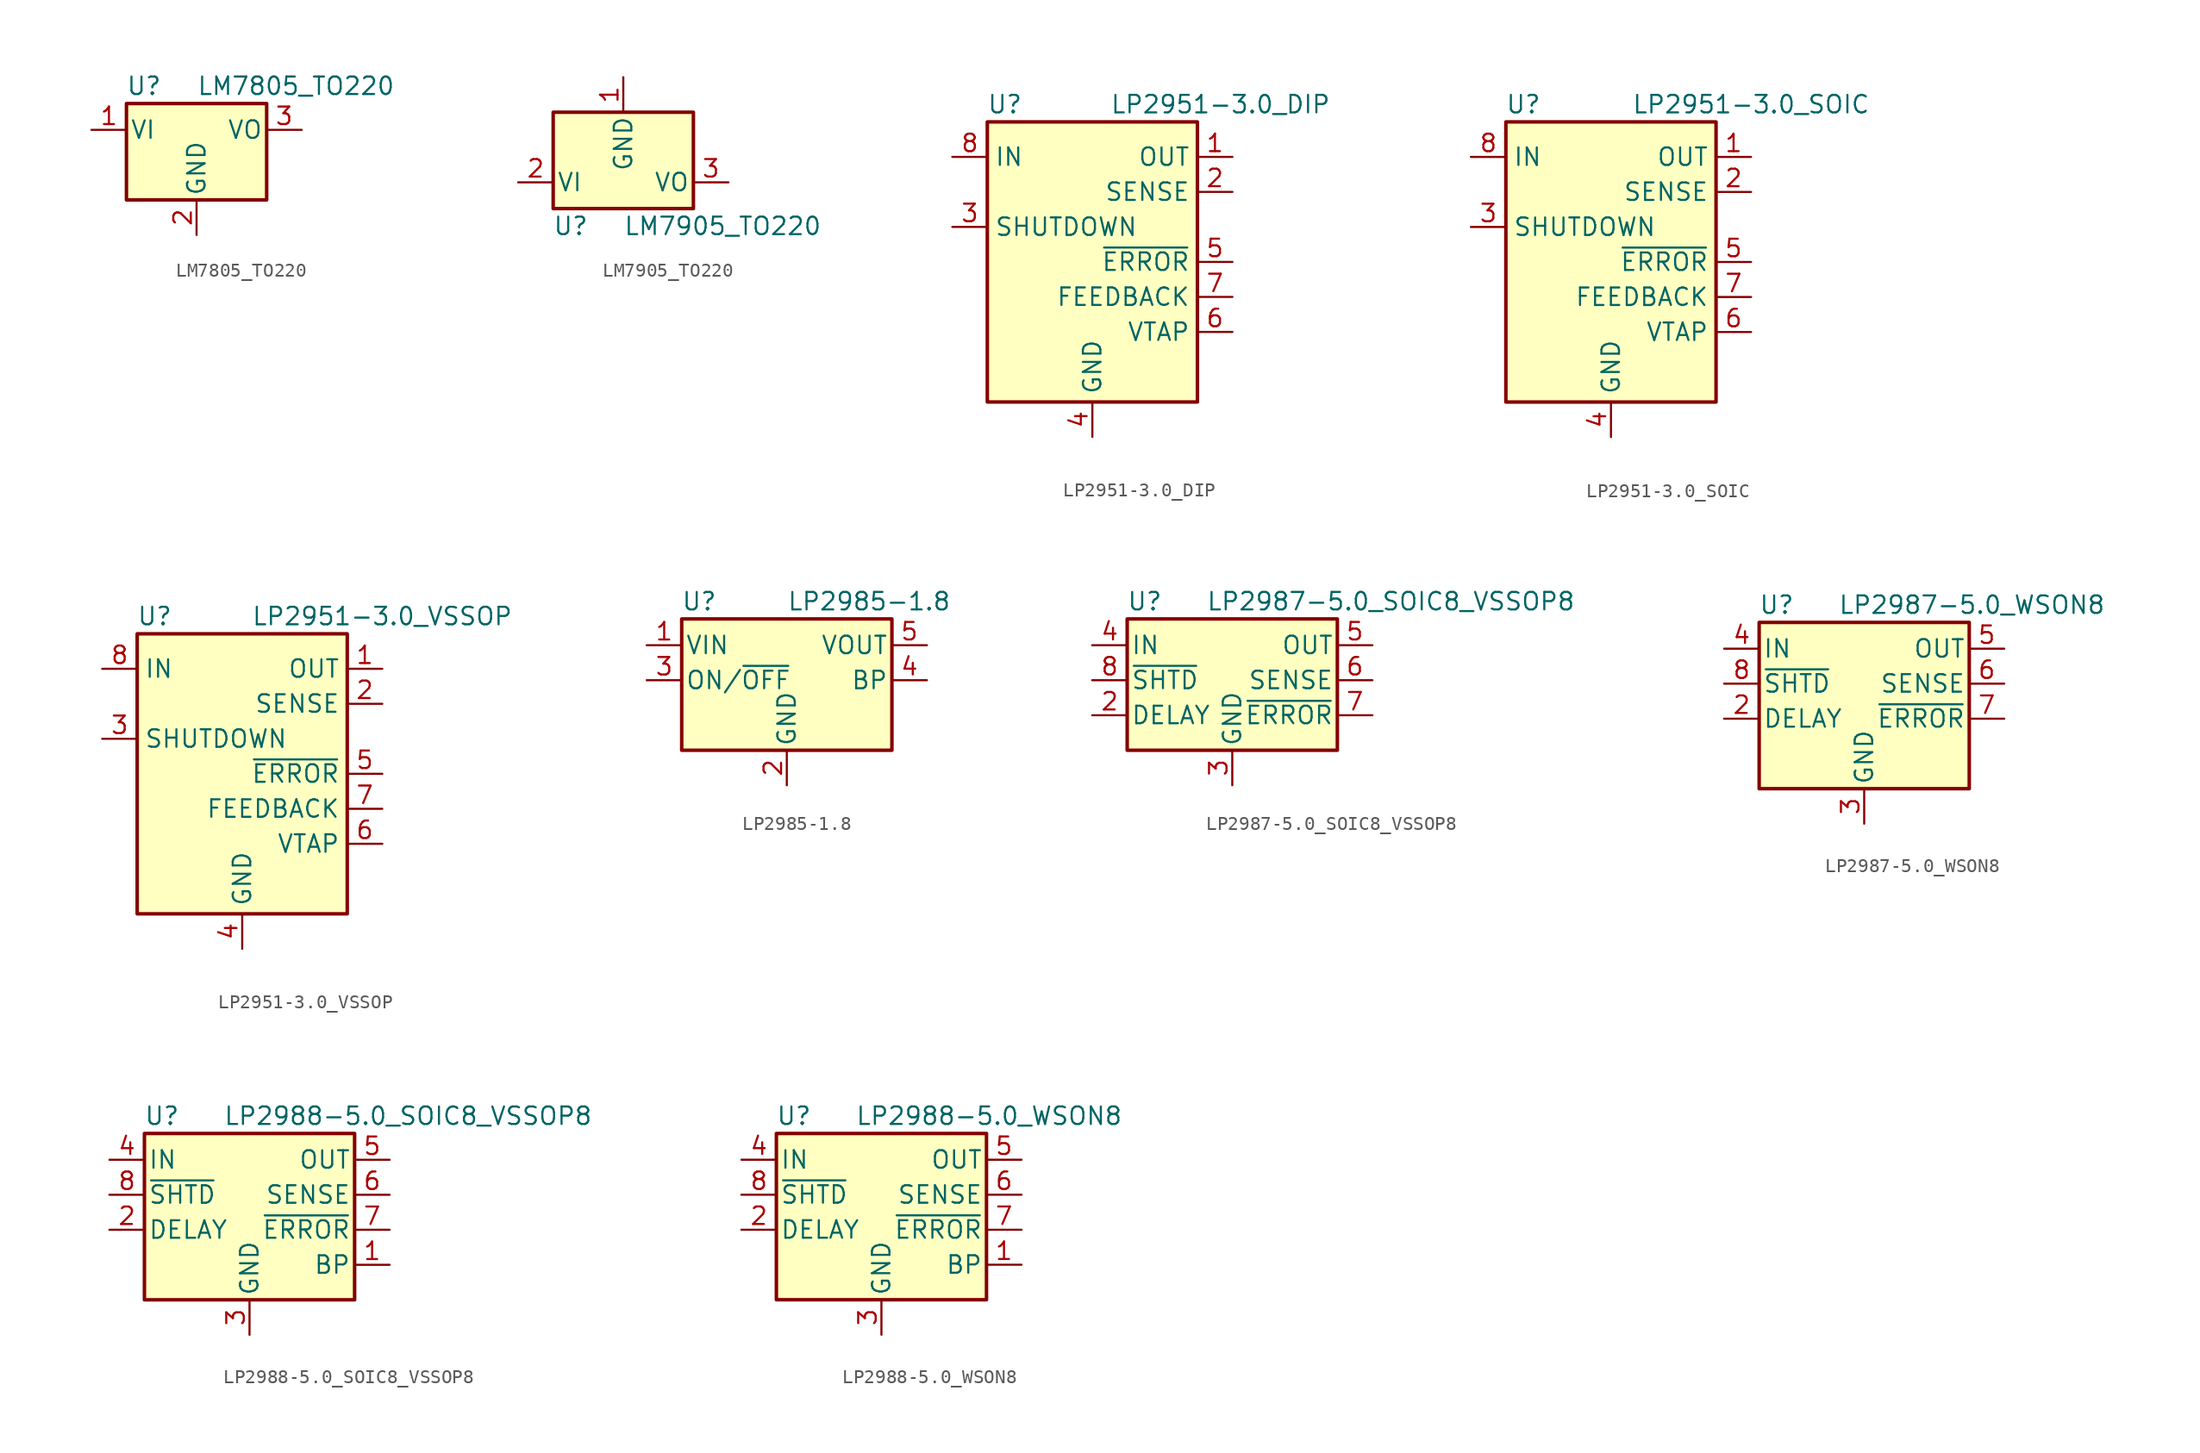
<source format=kicad_sym>
(kicad_symbol_lib
  (version 20220914)
  (generator kicad_symbol_editor)
  (symbol "LM7805_TO220"
    (pin_names
      (offset 0.254))
    (property "Reference" "U"
      (at -3.81 3.175 0)
      (effects (font (size 1.27 1.27))))
    (property "Value" "LM7805_TO220"
      (at 0 3.175 0)
      (effects (font (size 1.27 1.27)) (justify left)))
    (symbol "LM7805_TO220_0_1"
      (rectangle (start -5.08 1.905) (end 5.08 -5.08) (stroke (width 0.254) (type solid)) (fill (type background))))
    (symbol "LM7805_TO220_1_1"
      (pin power_in line (at -7.62 0 0) (length 2.54) (name "VI" (effects (font (size 1.27 1.27)))) (number "1" (effects (font (size 1.27 1.27)))))
      (pin power_in line (at 0 -7.62 90) (length 2.54) (name "GND" (effects (font (size 1.27 1.27)))) (number "2" (effects (font (size 1.27 1.27)))))
      (pin power_out line (at 7.62 0 180) (length 2.54) (name "VO" (effects (font (size 1.27 1.27)))) (number "3" (effects (font (size 1.27 1.27)))))))
  (symbol "LM7905_TO220"
    (pin_names
      (offset 0.254))
    (property "Reference" "U"
      (at -3.81 -3.175 0)
      (effects (font (size 1.27 1.27))))
    (property "Value" "LM7905_TO220"
      (at 0 -3.175 0)
      (effects (font (size 1.27 1.27)) (justify left)))
    (symbol "LM7905_TO220_0_1"
      (rectangle (start -5.08 5.08) (end 5.08 -1.905) (stroke (width 0.254) (type solid)) (fill (type background))))
    (symbol "LM7905_TO220_1_1"
      (pin power_in line (at 0 7.62 270) (length 2.54) (name "GND" (effects (font (size 1.27 1.27)))) (number "1" (effects (font (size 1.27 1.27)))))
      (pin power_in line (at -7.62 0 0) (length 2.54) (name "VI" (effects (font (size 1.27 1.27)))) (number "2" (effects (font (size 1.27 1.27)))))
      (pin power_out line (at 7.62 0 180) (length 2.54) (name "VO" (effects (font (size 1.27 1.27)))) (number "3" (effects (font (size 1.27 1.27)))))))
  (symbol "LP2951-3.0_DIP"
    (property "Reference" "U"
      (at -6.35 11.43 0)
      (effects (font (size 1.27 1.27))))
    (property "Value" "LP2951-3.0_DIP"
      (at 1.27 11.43 0)
      (effects (font (size 1.27 1.27)) (justify left)))
    (symbol "LP2951-3.0_DIP_0_1"
      (rectangle (start -7.62 10.16) (end 7.62 -10.16) (stroke (width 0.254) (type solid)) (fill (type background))))
    (symbol "LP2951-3.0_DIP_1_1"
      (pin power_out line (at 10.16 7.62 180) (length 2.54) (name "OUT" (effects (font (size 1.27 1.27)))) (number "1" (effects (font (size 1.27 1.27)))))
      (pin passive line (at 10.16 5.08 180) (length 2.54) (name "SENSE" (effects (font (size 1.27 1.27)))) (number "2" (effects (font (size 1.27 1.27)))))
      (pin input line (at -10.16 2.54 0) (length 2.54) (name "SHUTDOWN" (effects (font (size 1.27 1.27)))) (number "3" (effects (font (size 1.27 1.27)))))
      (pin power_in line (at 0 -12.7 90) (length 2.54) (name "GND" (effects (font (size 1.27 1.27)))) (number "4" (effects (font (size 1.27 1.27)))))
      (pin open_collector line (at 10.16 0 180) (length 2.54) (name "~{ERROR}" (effects (font (size 1.27 1.27)))) (number "5" (effects (font (size 1.27 1.27)))))
      (pin input line (at 10.16 -5.08 180) (length 2.54) (name "VTAP" (effects (font (size 1.27 1.27)))) (number "6" (effects (font (size 1.27 1.27)))))
      (pin input line (at 10.16 -2.54 180) (length 2.54) (name "FEEDBACK" (effects (font (size 1.27 1.27)))) (number "7" (effects (font (size 1.27 1.27)))))
      (pin power_in line (at -10.16 7.62 0) (length 2.54) (name "IN" (effects (font (size 1.27 1.27)))) (number "8" (effects (font (size 1.27 1.27)))))))
  (symbol "LP2951-3.0_SOIC"
    (property "Reference" "U"
      (at -6.35 11.43 0)
      (effects (font (size 1.27 1.27))))
    (property "Value" "LP2951-3.0_SOIC"
      (at 10.16 11.43 0)
      (effects (font (size 1.27 1.27))))
    (symbol "LP2951-3.0_SOIC_0_1"
      (rectangle (start -7.62 10.16) (end 7.62 -10.16) (stroke (width 0.254) (type solid)) (fill (type background))))
    (symbol "LP2951-3.0_SOIC_1_1"
      (pin power_out line (at 10.16 7.62 180) (length 2.54) (name "OUT" (effects (font (size 1.27 1.27)))) (number "1" (effects (font (size 1.27 1.27)))))
      (pin passive line (at 10.16 5.08 180) (length 2.54) (name "SENSE" (effects (font (size 1.27 1.27)))) (number "2" (effects (font (size 1.27 1.27)))))
      (pin input line (at -10.16 2.54 0) (length 2.54) (name "SHUTDOWN" (effects (font (size 1.27 1.27)))) (number "3" (effects (font (size 1.27 1.27)))))
      (pin power_in line (at 0 -12.7 90) (length 2.54) (name "GND" (effects (font (size 1.27 1.27)))) (number "4" (effects (font (size 1.27 1.27)))))
      (pin open_collector line (at 10.16 0 180) (length 2.54) (name "~{ERROR}" (effects (font (size 1.27 1.27)))) (number "5" (effects (font (size 1.27 1.27)))))
      (pin input line (at 10.16 -5.08 180) (length 2.54) (name "VTAP" (effects (font (size 1.27 1.27)))) (number "6" (effects (font (size 1.27 1.27)))))
      (pin input line (at 10.16 -2.54 180) (length 2.54) (name "FEEDBACK" (effects (font (size 1.27 1.27)))) (number "7" (effects (font (size 1.27 1.27)))))
      (pin power_in line (at -10.16 7.62 0) (length 2.54) (name "IN" (effects (font (size 1.27 1.27)))) (number "8" (effects (font (size 1.27 1.27)))))))
  (symbol "LP2951-3.0_VSSOP"
    (property "Reference" "U"
      (at -6.35 11.43 0)
      (effects (font (size 1.27 1.27))))
    (property "Value" "LP2951-3.0_VSSOP"
      (at 10.16 11.43 0)
      (effects (font (size 1.27 1.27))))
    (symbol "LP2951-3.0_VSSOP_0_1"
      (rectangle (start -7.62 10.16) (end 7.62 -10.16) (stroke (width 0.254) (type solid)) (fill (type background))))
    (symbol "LP2951-3.0_VSSOP_1_1"
      (pin power_out line (at 10.16 7.62 180) (length 2.54) (name "OUT" (effects (font (size 1.27 1.27)))) (number "1" (effects (font (size 1.27 1.27)))))
      (pin passive line (at 10.16 5.08 180) (length 2.54) (name "SENSE" (effects (font (size 1.27 1.27)))) (number "2" (effects (font (size 1.27 1.27)))))
      (pin input line (at -10.16 2.54 0) (length 2.54) (name "SHUTDOWN" (effects (font (size 1.27 1.27)))) (number "3" (effects (font (size 1.27 1.27)))))
      (pin power_in line (at 0 -12.7 90) (length 2.54) (name "GND" (effects (font (size 1.27 1.27)))) (number "4" (effects (font (size 1.27 1.27)))))
      (pin open_collector line (at 10.16 0 180) (length 2.54) (name "~{ERROR}" (effects (font (size 1.27 1.27)))) (number "5" (effects (font (size 1.27 1.27)))))
      (pin input line (at 10.16 -5.08 180) (length 2.54) (name "VTAP" (effects (font (size 1.27 1.27)))) (number "6" (effects (font (size 1.27 1.27)))))
      (pin input line (at 10.16 -2.54 180) (length 2.54) (name "FEEDBACK" (effects (font (size 1.27 1.27)))) (number "7" (effects (font (size 1.27 1.27)))))
      (pin power_in line (at -10.16 7.62 0) (length 2.54) (name "IN" (effects (font (size 1.27 1.27)))) (number "8" (effects (font (size 1.27 1.27)))))))
  (symbol "LP2985-1.8"
    (pin_names
      (offset 0.254))
    (property "Reference" "U"
      (at -6.35 5.715 0)
      (effects (font (size 1.27 1.27))))
    (property "Value" "LP2985-1.8"
      (at 0 5.715 0)
      (effects (font (size 1.27 1.27)) (justify left)))
    (symbol "LP2985-1.8_0_1"
      (rectangle (start -7.62 -5.08) (end 7.62 4.445) (stroke (width 0.254) (type solid)) (fill (type background))))
    (symbol "LP2985-1.8_1_1"
      (pin power_in line (at -10.16 2.54 0) (length 2.54) (name "VIN" (effects (font (size 1.27 1.27)))) (number "1" (effects (font (size 1.27 1.27)))))
      (pin power_in line (at 0 -7.62 90) (length 2.54) (name "GND" (effects (font (size 1.27 1.27)))) (number "2" (effects (font (size 1.27 1.27)))))
      (pin input line (at -10.16 0 0) (length 2.54) (name "ON/~{OFF}" (effects (font (size 1.27 1.27)))) (number "3" (effects (font (size 1.27 1.27)))))
      (pin input line (at 10.16 0 180) (length 2.54) (name "BP" (effects (font (size 1.27 1.27)))) (number "4" (effects (font (size 1.27 1.27)))))
      (pin power_out line (at 10.16 2.54 180) (length 2.54) (name "VOUT" (effects (font (size 1.27 1.27)))) (number "5" (effects (font (size 1.27 1.27)))))))
  (symbol "LP2987-5.0_SOIC8_VSSOP8"
    (pin_names
      (offset 0.254))
    (property "Reference" "U"
      (at -6.35 5.715 0)
      (effects (font (size 1.27 1.27))))
    (property "Value" "LP2987-5.0_SOIC8_VSSOP8"
      (at -1.905 5.715 0)
      (effects (font (size 1.27 1.27)) (justify left)))
    (symbol "LP2987-5.0_SOIC8_VSSOP8_0_1"
      (rectangle (start -7.62 4.445) (end 7.62 -5.08) (stroke (width 0.254) (type solid)) (fill (type background))))
    (symbol "LP2987-5.0_SOIC8_VSSOP8_1_1"
      (pin no_connect line (at -2.54 -7.62 90) (length 2.54) hide (name "NC" (effects (font (size 1.27 1.27)))) (number "1" (effects (font (size 1.27 1.27)))))
      (pin passive line (at -10.16 -2.54 0) (length 2.54) (name "DELAY" (effects (font (size 1.27 1.27)))) (number "2" (effects (font (size 1.27 1.27)))))
      (pin power_in line (at 0 -7.62 90) (length 2.54) (name "GND" (effects (font (size 1.27 1.27)))) (number "3" (effects (font (size 1.27 1.27)))))
      (pin power_in line (at -10.16 2.54 0) (length 2.54) (name "IN" (effects (font (size 1.27 1.27)))) (number "4" (effects (font (size 1.27 1.27)))))
      (pin power_out line (at 10.16 2.54 180) (length 2.54) (name "OUT" (effects (font (size 1.27 1.27)))) (number "5" (effects (font (size 1.27 1.27)))))
      (pin input line (at 10.16 0 180) (length 2.54) (name "SENSE" (effects (font (size 1.27 1.27)))) (number "6" (effects (font (size 1.27 1.27)))))
      (pin output line (at 10.16 -2.54 180) (length 2.54) (name "~{ERROR}" (effects (font (size 1.27 1.27)))) (number "7" (effects (font (size 1.27 1.27)))))
      (pin input line (at -10.16 0 0) (length 2.54) (name "~{SHTD}" (effects (font (size 1.27 1.27)))) (number "8" (effects (font (size 1.27 1.27)))))))
  (symbol "LP2987-5.0_WSON8"
    (pin_names
      (offset 0.254))
    (property "Reference" "U"
      (at -6.35 5.715 0)
      (effects (font (size 1.27 1.27))))
    (property "Value" "LP2987-5.0_WSON8"
      (at -1.905 5.715 0)
      (effects (font (size 1.27 1.27)) (justify left)))
    (symbol "LP2987-5.0_WSON8_0_1"
      (rectangle (start -7.62 4.445) (end 7.62 -7.62) (stroke (width 0.254) (type solid)) (fill (type background))))
    (symbol "LP2987-5.0_WSON8_1_1"
      (pin no_connect line (at 2.54 -10.16 90) (length 2.54) hide (name "NC" (effects (font (size 1.27 1.27)))) (number "1" (effects (font (size 1.27 1.27)))))
      (pin passive line (at -10.16 -2.54 0) (length 2.54) (name "DELAY" (effects (font (size 1.27 1.27)))) (number "2" (effects (font (size 1.27 1.27)))))
      (pin power_in line (at 0 -10.16 90) (length 2.54) (name "GND" (effects (font (size 1.27 1.27)))) (number "3" (effects (font (size 1.27 1.27)))))
      (pin power_in line (at -10.16 2.54 0) (length 2.54) (name "IN" (effects (font (size 1.27 1.27)))) (number "4" (effects (font (size 1.27 1.27)))))
      (pin power_out line (at 10.16 2.54 180) (length 2.54) (name "OUT" (effects (font (size 1.27 1.27)))) (number "5" (effects (font (size 1.27 1.27)))))
      (pin input line (at 10.16 0 180) (length 2.54) (name "SENSE" (effects (font (size 1.27 1.27)))) (number "6" (effects (font (size 1.27 1.27)))))
      (pin output line (at 10.16 -2.54 180) (length 2.54) (name "~{ERROR}" (effects (font (size 1.27 1.27)))) (number "7" (effects (font (size 1.27 1.27)))))
      (pin input line (at -10.16 0 0) (length 2.54) (name "~{SHTD}" (effects (font (size 1.27 1.27)))) (number "8" (effects (font (size 1.27 1.27)))))
      (pin passive line (at 0 -10.16 90) (length 2.54) hide (name "GND" (effects (font (size 1.27 1.27)))) (number "9" (effects (font (size 1.27 1.27)))))))
  (symbol "LP2988-5.0_SOIC8_VSSOP8"
    (pin_names
      (offset 0.254))
    (property "Reference" "U"
      (at -6.35 5.715 0)
      (effects (font (size 1.27 1.27))))
    (property "Value" "LP2988-5.0_SOIC8_VSSOP8"
      (at -1.905 5.715 0)
      (effects (font (size 1.27 1.27)) (justify left)))
    (symbol "LP2988-5.0_SOIC8_VSSOP8_0_1"
      (rectangle (start -7.62 4.445) (end 7.62 -7.62) (stroke (width 0.254) (type solid)) (fill (type background))))
    (symbol "LP2988-5.0_SOIC8_VSSOP8_1_1"
      (pin passive line (at 10.16 -5.08 180) (length 2.54) (name "BP" (effects (font (size 1.27 1.27)))) (number "1" (effects (font (size 1.27 1.27)))))
      (pin passive line (at -10.16 -2.54 0) (length 2.54) (name "DELAY" (effects (font (size 1.27 1.27)))) (number "2" (effects (font (size 1.27 1.27)))))
      (pin power_in line (at 0 -10.16 90) (length 2.54) (name "GND" (effects (font (size 1.27 1.27)))) (number "3" (effects (font (size 1.27 1.27)))))
      (pin power_in line (at -10.16 2.54 0) (length 2.54) (name "IN" (effects (font (size 1.27 1.27)))) (number "4" (effects (font (size 1.27 1.27)))))
      (pin power_out line (at 10.16 2.54 180) (length 2.54) (name "OUT" (effects (font (size 1.27 1.27)))) (number "5" (effects (font (size 1.27 1.27)))))
      (pin input line (at 10.16 0 180) (length 2.54) (name "SENSE" (effects (font (size 1.27 1.27)))) (number "6" (effects (font (size 1.27 1.27)))))
      (pin output line (at 10.16 -2.54 180) (length 2.54) (name "~{ERROR}" (effects (font (size 1.27 1.27)))) (number "7" (effects (font (size 1.27 1.27)))))
      (pin input line (at -10.16 0 0) (length 2.54) (name "~{SHTD}" (effects (font (size 1.27 1.27)))) (number "8" (effects (font (size 1.27 1.27)))))))
  (symbol "LP2988-5.0_WSON8"
    (pin_names
      (offset 0.254))
    (property "Reference" "U"
      (at -6.35 5.715 0)
      (effects (font (size 1.27 1.27))))
    (property "Value" "LP2988-5.0_WSON8"
      (at -1.905 5.715 0)
      (effects (font (size 1.27 1.27)) (justify left)))
    (symbol "LP2988-5.0_WSON8_0_1"
      (rectangle (start -7.62 4.445) (end 7.62 -7.62) (stroke (width 0.254) (type solid)) (fill (type background))))
    (symbol "LP2988-5.0_WSON8_1_1"
      (pin passive line (at 10.16 -5.08 180) (length 2.54) (name "BP" (effects (font (size 1.27 1.27)))) (number "1" (effects (font (size 1.27 1.27)))))
      (pin passive line (at -10.16 -2.54 0) (length 2.54) (name "DELAY" (effects (font (size 1.27 1.27)))) (number "2" (effects (font (size 1.27 1.27)))))
      (pin power_in line (at 0 -10.16 90) (length 2.54) (name "GND" (effects (font (size 1.27 1.27)))) (number "3" (effects (font (size 1.27 1.27)))))
      (pin power_in line (at -10.16 2.54 0) (length 2.54) (name "IN" (effects (font (size 1.27 1.27)))) (number "4" (effects (font (size 1.27 1.27)))))
      (pin power_out line (at 10.16 2.54 180) (length 2.54) (name "OUT" (effects (font (size 1.27 1.27)))) (number "5" (effects (font (size 1.27 1.27)))))
      (pin input line (at 10.16 0 180) (length 2.54) (name "SENSE" (effects (font (size 1.27 1.27)))) (number "6" (effects (font (size 1.27 1.27)))))
      (pin output line (at 10.16 -2.54 180) (length 2.54) (name "~{ERROR}" (effects (font (size 1.27 1.27)))) (number "7" (effects (font (size 1.27 1.27)))))
      (pin input line (at -10.16 0 0) (length 2.54) (name "~{SHTD}" (effects (font (size 1.27 1.27)))) (number "8" (effects (font (size 1.27 1.27)))))
      (pin passive line (at 0 -10.16 90) (length 2.54) hide (name "GND" (effects (font (size 1.27 1.27)))) (number "9" (effects (font (size 1.27 1.27))))))))
</source>
